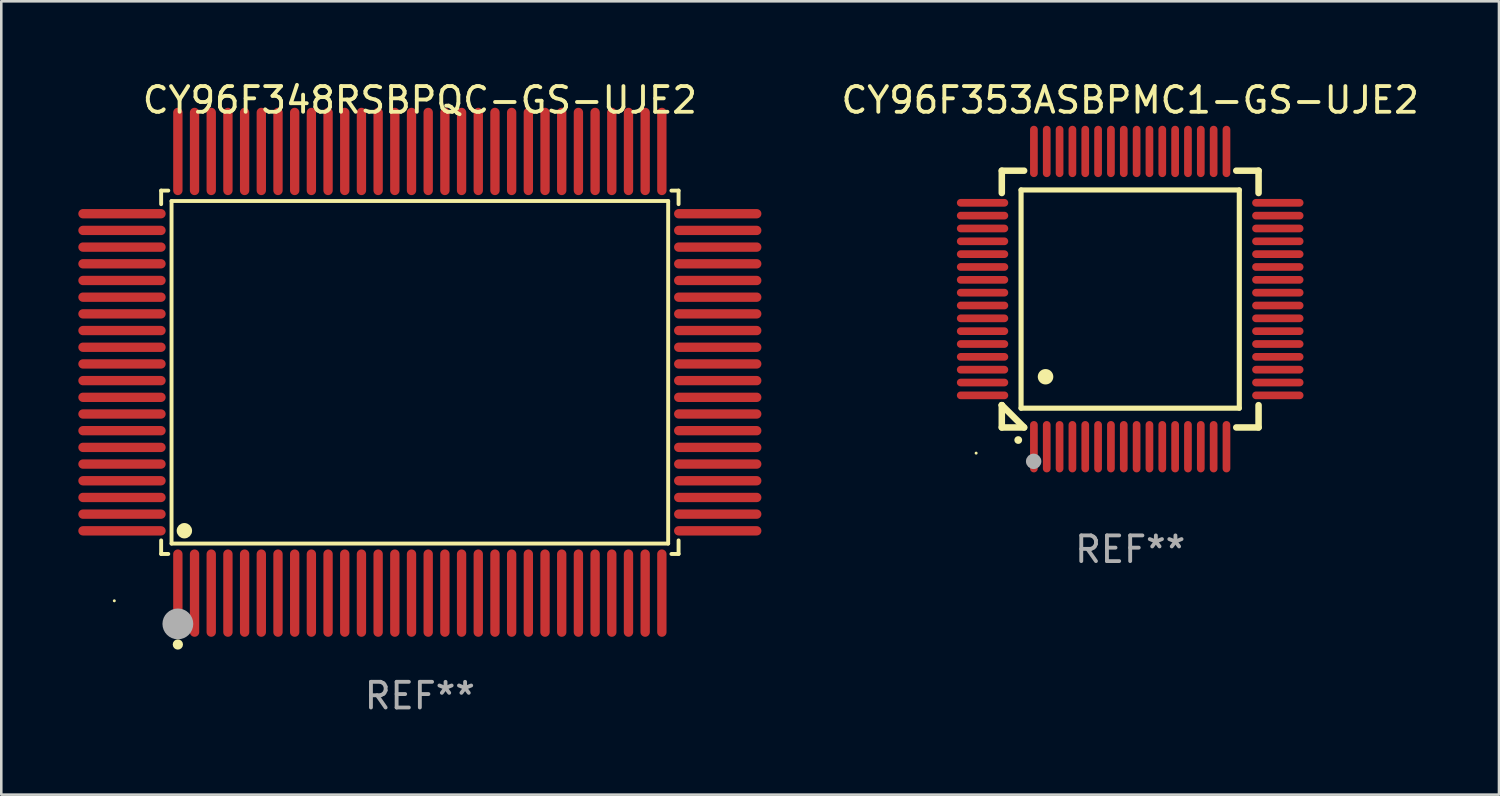
<source format=kicad_pcb>
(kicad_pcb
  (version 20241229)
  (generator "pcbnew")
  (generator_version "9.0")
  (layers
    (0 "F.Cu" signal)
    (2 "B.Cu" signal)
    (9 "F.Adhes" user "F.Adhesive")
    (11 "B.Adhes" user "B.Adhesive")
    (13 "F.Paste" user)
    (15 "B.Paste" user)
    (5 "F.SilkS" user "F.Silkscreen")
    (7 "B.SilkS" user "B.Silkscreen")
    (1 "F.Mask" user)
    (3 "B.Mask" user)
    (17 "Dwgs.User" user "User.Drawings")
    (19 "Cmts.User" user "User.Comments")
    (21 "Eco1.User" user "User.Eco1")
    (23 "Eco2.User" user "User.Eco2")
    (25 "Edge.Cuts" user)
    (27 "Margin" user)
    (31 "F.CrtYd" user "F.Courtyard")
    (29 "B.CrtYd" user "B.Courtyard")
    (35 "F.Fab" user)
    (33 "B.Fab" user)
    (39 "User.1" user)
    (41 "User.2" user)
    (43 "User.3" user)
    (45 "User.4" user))
  (footprint "CY96F353ASBPMC1-GS-UJE2"
    (layer "F.Cu")
    (at 40.967 8.598)
    (property "Reference" "CY96F353ASBPMC1-GS-UJE2" (at 0 -7.75 0) (layer "F.SilkS") (effects (font (size 1 1) (thickness 0.15))))
    (attr through_hole)
    (fp_line (start -5 -5) (end -4.131 -5) (stroke (width 0.254) (type solid)) (layer "F.SilkS"))
    (fp_line (start -5 -4.131) (end -5 -5) (stroke (width 0.254) (type solid)) (layer "F.SilkS"))
    (fp_line (start -5 4.131) (end -5 4.131) (stroke (width 0.254) (type solid)) (layer "F.SilkS"))
    (fp_line (start -5 5) (end -5 4.131) (stroke (width 0.254) (type solid)) (layer "F.SilkS"))
    (fp_line (start -5 4.131) (end -4.131 5) (stroke (width 0.254) (type solid)) (layer "F.SilkS"))
    (fp_line (start -4.25 -4.25) (end -4.25 4.25) (stroke (width 0.2) (type solid)) (layer "F.SilkS"))
    (fp_line (start -4.25 4.25) (end 4.25 4.25) (stroke (width 0.2) (type solid)) (layer "F.SilkS"))
    (fp_line (start -4.131 5) (end -5 5) (stroke (width 0.254) (type solid)) (layer "F.SilkS"))
    (fp_line (start 4.25 -4.25) (end -4.25 -4.25) (stroke (width 0.2) (type solid)) (layer "F.SilkS"))
    (fp_line (start 4.25 4.25) (end 4.25 -4.25) (stroke (width 0.2) (type solid)) (layer "F.SilkS"))
    (fp_line (start 5 -5) (end 4.131 -5) (stroke (width 0.254) (type solid)) (layer "F.SilkS"))
    (fp_line (start 5 -5) (end 5 -4.131) (stroke (width 0.254) (type solid)) (layer "F.SilkS"))
    (fp_line (start 5 4.131) (end 5 5) (stroke (width 0.254) (type solid)) (layer "F.SilkS"))
    (fp_line (start 5 5) (end 4.131 5) (stroke (width 0.254) (type solid)) (layer "F.SilkS"))
    (fp_arc (start -4.361265 5.489992) (mid -4.359995 5.489987) (end -4.358725 5.489992) (stroke (width 0.3) (type solid)) (layer "F.SilkS"))
    (fp_arc (start -3.299467 3.025146) (mid -3.296927 3.025135) (end -3.294387 3.025146) (stroke (width 0.6) (type solid)) (layer "F.SilkS"))
    (fp_circle (center -6 6) (end -5.97 6) (stroke (width 0.06) (type solid)) (fill no) (layer "F.SilkS"))
    (fp_circle (center -3.76 6.32) (end -3.61 6.32) (stroke (width 0.3) (type solid)) (fill no) (layer "F.Fab"))
    (fp_text user "REF**" (at 0 9.75 0) (layer "F.Fab") (effects (font (size 1 1) (thickness 0.15))))
    (pad "1" smd oval (at -3.75 5.75) (size 0.3 2) (layers "F.Cu" "F.Mask" "F.Paste"))
    (pad "2" smd oval (at -3.25 5.75) (size 0.3 2) (layers "F.Cu" "F.Mask" "F.Paste"))
    (pad "3" smd oval (at -2.75 5.75) (size 0.3 2) (layers "F.Cu" "F.Mask" "F.Paste"))
    (pad "4" smd oval (at -2.25 5.75) (size 0.3 2) (layers "F.Cu" "F.Mask" "F.Paste"))
    (pad "5" smd oval (at -1.75 5.75) (size 0.3 2) (layers "F.Cu" "F.Mask" "F.Paste"))
    (pad "6" smd oval (at -1.25 5.75) (size 0.3 2) (layers "F.Cu" "F.Mask" "F.Paste"))
    (pad "7" smd oval (at -0.75 5.75) (size 0.3 2) (layers "F.Cu" "F.Mask" "F.Paste"))
    (pad "8" smd oval (at -0.25 5.75) (size 0.3 2) (layers "F.Cu" "F.Mask" "F.Paste"))
    (pad "9" smd oval (at 0.25 5.75) (size 0.3 2) (layers "F.Cu" "F.Mask" "F.Paste"))
    (pad "10" smd oval (at 0.75 5.75) (size 0.3 2) (layers "F.Cu" "F.Mask" "F.Paste"))
    (pad "11" smd oval (at 1.25 5.75) (size 0.3 2) (layers "F.Cu" "F.Mask" "F.Paste"))
    (pad "12" smd oval (at 1.75 5.75) (size 0.3 2) (layers "F.Cu" "F.Mask" "F.Paste"))
    (pad "13" smd oval (at 2.25 5.75) (size 0.3 2) (layers "F.Cu" "F.Mask" "F.Paste"))
    (pad "14" smd oval (at 2.75 5.75) (size 0.3 2) (layers "F.Cu" "F.Mask" "F.Paste"))
    (pad "15" smd oval (at 3.25 5.75) (size 0.3 2) (layers "F.Cu" "F.Mask" "F.Paste"))
    (pad "16" smd oval (at 3.75 5.75) (size 0.3 2) (layers "F.Cu" "F.Mask" "F.Paste"))
    (pad "17" smd oval (at 5.75 3.75) (size 2 0.3) (layers "F.Cu" "F.Mask" "F.Paste"))
    (pad "18" smd oval (at 5.75 3.25) (size 2 0.3) (layers "F.Cu" "F.Mask" "F.Paste"))
    (pad "19" smd oval (at 5.75 2.75) (size 2 0.3) (layers "F.Cu" "F.Mask" "F.Paste"))
    (pad "20" smd oval (at 5.75 2.25) (size 2 0.3) (layers "F.Cu" "F.Mask" "F.Paste"))
    (pad "21" smd oval (at 5.75 1.75) (size 2 0.3) (layers "F.Cu" "F.Mask" "F.Paste"))
    (pad "22" smd oval (at 5.75 1.25) (size 2 0.3) (layers "F.Cu" "F.Mask" "F.Paste"))
    (pad "23" smd oval (at 5.75 0.75) (size 2 0.3) (layers "F.Cu" "F.Mask" "F.Paste"))
    (pad "24" smd oval (at 5.75 0.25) (size 2 0.3) (layers "F.Cu" "F.Mask" "F.Paste"))
    (pad "25" smd oval (at 5.75 -0.25) (size 2 0.3) (layers "F.Cu" "F.Mask" "F.Paste"))
    (pad "26" smd oval (at 5.75 -0.75) (size 2 0.3) (layers "F.Cu" "F.Mask" "F.Paste"))
    (pad "27" smd oval (at 5.75 -1.25) (size 2 0.3) (layers "F.Cu" "F.Mask" "F.Paste"))
    (pad "28" smd oval (at 5.75 -1.75) (size 2 0.3) (layers "F.Cu" "F.Mask" "F.Paste"))
    (pad "29" smd oval (at 5.75 -2.25) (size 2 0.3) (layers "F.Cu" "F.Mask" "F.Paste"))
    (pad "30" smd oval (at 5.75 -2.75) (size 2 0.3) (layers "F.Cu" "F.Mask" "F.Paste"))
    (pad "31" smd oval (at 5.75 -3.25) (size 2 0.3) (layers "F.Cu" "F.Mask" "F.Paste"))
    (pad "32" smd oval (at 5.75 -3.75) (size 2 0.3) (layers "F.Cu" "F.Mask" "F.Paste"))
    (pad "33" smd oval (at 3.75 -5.75) (size 0.3 2) (layers "F.Cu" "F.Mask" "F.Paste"))
    (pad "34" smd oval (at 3.25 -5.75) (size 0.3 2) (layers "F.Cu" "F.Mask" "F.Paste"))
    (pad "35" smd oval (at 2.75 -5.75) (size 0.3 2) (layers "F.Cu" "F.Mask" "F.Paste"))
    (pad "36" smd oval (at 2.25 -5.75) (size 0.3 2) (layers "F.Cu" "F.Mask" "F.Paste"))
    (pad "37" smd oval (at 1.75 -5.75) (size 0.3 2) (layers "F.Cu" "F.Mask" "F.Paste"))
    (pad "38" smd oval (at 1.25 -5.75) (size 0.3 2) (layers "F.Cu" "F.Mask" "F.Paste"))
    (pad "39" smd oval (at 0.75 -5.75) (size 0.3 2) (layers "F.Cu" "F.Mask" "F.Paste"))
    (pad "40" smd oval (at 0.25 -5.75) (size 0.3 2) (layers "F.Cu" "F.Mask" "F.Paste"))
    (pad "41" smd oval (at -0.25 -5.75) (size 0.3 2) (layers "F.Cu" "F.Mask" "F.Paste"))
    (pad "42" smd oval (at -0.75 -5.75) (size 0.3 2) (layers "F.Cu" "F.Mask" "F.Paste"))
    (pad "43" smd oval (at -1.25 -5.75) (size 0.3 2) (layers "F.Cu" "F.Mask" "F.Paste"))
    (pad "44" smd oval (at -1.75 -5.75) (size 0.3 2) (layers "F.Cu" "F.Mask" "F.Paste"))
    (pad "45" smd oval (at -2.25 -5.75) (size 0.3 2) (layers "F.Cu" "F.Mask" "F.Paste"))
    (pad "46" smd oval (at -2.75 -5.75) (size 0.3 2) (layers "F.Cu" "F.Mask" "F.Paste"))
    (pad "47" smd oval (at -3.25 -5.75) (size 0.3 2) (layers "F.Cu" "F.Mask" "F.Paste"))
    (pad "48" smd oval (at -3.75 -5.75) (size 0.3 2) (layers "F.Cu" "F.Mask" "F.Paste"))
    (pad "49" smd oval (at -5.75 -3.75) (size 2 0.3) (layers "F.Cu" "F.Mask" "F.Paste"))
    (pad "50" smd oval (at -5.75 -3.25) (size 2 0.3) (layers "F.Cu" "F.Mask" "F.Paste"))
    (pad "51" smd oval (at -5.75 -2.75) (size 2 0.3) (layers "F.Cu" "F.Mask" "F.Paste"))
    (pad "52" smd oval (at -5.75 -2.25) (size 2 0.3) (layers "F.Cu" "F.Mask" "F.Paste"))
    (pad "53" smd oval (at -5.75 -1.75) (size 2 0.3) (layers "F.Cu" "F.Mask" "F.Paste"))
    (pad "54" smd oval (at -5.75 -1.25) (size 2 0.3) (layers "F.Cu" "F.Mask" "F.Paste"))
    (pad "55" smd oval (at -5.75 -0.75) (size 2 0.3) (layers "F.Cu" "F.Mask" "F.Paste"))
    (pad "56" smd oval (at -5.75 -0.25) (size 2 0.3) (layers "F.Cu" "F.Mask" "F.Paste"))
    (pad "57" smd oval (at -5.75 0.25) (size 2 0.3) (layers "F.Cu" "F.Mask" "F.Paste"))
    (pad "58" smd oval (at -5.75 0.75) (size 2 0.3) (layers "F.Cu" "F.Mask" "F.Paste"))
    (pad "59" smd oval (at -5.75 1.25) (size 2 0.3) (layers "F.Cu" "F.Mask" "F.Paste"))
    (pad "60" smd oval (at -5.75 1.75) (size 2 0.3) (layers "F.Cu" "F.Mask" "F.Paste"))
    (pad "61" smd oval (at -5.75 2.25) (size 2 0.3) (layers "F.Cu" "F.Mask" "F.Paste"))
    (pad "62" smd oval (at -5.75 2.75) (size 2 0.3) (layers "F.Cu" "F.Mask" "F.Paste"))
    (pad "63" smd oval (at -5.75 3.25) (size 2 0.3) (layers "F.Cu" "F.Mask" "F.Paste"))
    (pad "64" smd oval (at -5.75 3.75) (size 2 0.3) (layers "F.Cu" "F.Mask" "F.Paste")))
  (footprint "CY96F348RSBPQC-GS-UJE2"
    (layer "F.Cu")
    (at 13.302 11.449)
    (property "Reference" "CY96F348RSBPQC-GS-UJE2" (at 0 -10.601 0) (layer "F.SilkS") (effects (font (size 1 1) (thickness 0.15))))
    (attr through_hole)
    (fp_line (start -10.076 -7.076) (end -9.798 -7.076) (stroke (width 0.152) (type solid)) (layer "F.SilkS"))
    (fp_line (start -10.076 -6.548) (end -10.076 -7.076) (stroke (width 0.152) (type solid)) (layer "F.SilkS"))
    (fp_line (start -10.076 6.548) (end -10.076 7.076) (stroke (width 0.152) (type solid)) (layer "F.SilkS"))
    (fp_line (start -10.076 7.076) (end -9.798 7.076) (stroke (width 0.152) (type solid)) (layer "F.SilkS"))
    (fp_line (start -9.671 -6.671) (end 9.671 -6.671) (stroke (width 0.152) (type solid)) (layer "F.SilkS"))
    (fp_line (start -9.671 6.671) (end -9.671 -6.671) (stroke (width 0.152) (type solid)) (layer "F.SilkS"))
    (fp_line (start 9.671 -6.671) (end 9.671 6.671) (stroke (width 0.152) (type solid)) (layer "F.SilkS"))
    (fp_line (start 9.671 6.671) (end -9.671 6.671) (stroke (width 0.152) (type solid)) (layer "F.SilkS"))
    (fp_line (start 10.076 -7.076) (end 9.798 -7.076) (stroke (width 0.152) (type solid)) (layer "F.SilkS"))
    (fp_line (start 10.076 -6.548) (end 10.076 -7.076) (stroke (width 0.152) (type solid)) (layer "F.SilkS"))
    (fp_line (start 10.076 6.548) (end 10.076 7.076) (stroke (width 0.152) (type solid)) (layer "F.SilkS"))
    (fp_line (start 10.076 7.076) (end 9.798 7.076) (stroke (width 0.152) (type solid)) (layer "F.SilkS"))
    (fp_circle (center -11.9 8.9) (end -11.87 8.9) (stroke (width 0.06) (type solid)) (fill no) (layer "F.SilkS"))
    (fp_circle (center -9.425 10.602) (end -9.325 10.602) (stroke (width 0.2) (type solid)) (fill no) (layer "F.SilkS"))
    (fp_circle (center -9.171 6.171) (end -9.021 6.171) (stroke (width 0.3) (type solid)) (fill no) (layer "F.SilkS"))
    (fp_circle (center -9.425 9.8) (end -9.125 9.8) (stroke (width 0.6) (type solid)) (fill no) (layer "F.Fab"))
    (fp_text user "REF**" (at 0 12.601 0) (layer "F.Fab") (effects (font (size 1 1) (thickness 0.15))))
    (pad "1" smd oval (at -9.425 8.601) (size 0.364 3.402) (layers "F.Cu" "F.Mask" "F.Paste"))
    (pad "2" smd oval (at -8.775 8.601) (size 0.364 3.402) (layers "F.Cu" "F.Mask" "F.Paste"))
    (pad "3" smd oval (at -8.125 8.601) (size 0.364 3.402) (layers "F.Cu" "F.Mask" "F.Paste"))
    (pad "4" smd oval (at -7.475 8.601) (size 0.364 3.402) (layers "F.Cu" "F.Mask" "F.Paste"))
    (pad "5" smd oval (at -6.825 8.601) (size 0.364 3.402) (layers "F.Cu" "F.Mask" "F.Paste"))
    (pad "6" smd oval (at -6.175 8.601) (size 0.364 3.402) (layers "F.Cu" "F.Mask" "F.Paste"))
    (pad "7" smd oval (at -5.525 8.601) (size 0.364 3.402) (layers "F.Cu" "F.Mask" "F.Paste"))
    (pad "8" smd oval (at -4.875 8.601) (size 0.364 3.402) (layers "F.Cu" "F.Mask" "F.Paste"))
    (pad "9" smd oval (at -4.225 8.601) (size 0.364 3.402) (layers "F.Cu" "F.Mask" "F.Paste"))
    (pad "10" smd oval (at -3.575 8.601) (size 0.364 3.402) (layers "F.Cu" "F.Mask" "F.Paste"))
    (pad "11" smd oval (at -2.925 8.601) (size 0.364 3.402) (layers "F.Cu" "F.Mask" "F.Paste"))
    (pad "12" smd oval (at -2.275 8.601) (size 0.364 3.402) (layers "F.Cu" "F.Mask" "F.Paste"))
    (pad "13" smd oval (at -1.625 8.601) (size 0.364 3.402) (layers "F.Cu" "F.Mask" "F.Paste"))
    (pad "14" smd oval (at -0.975 8.601) (size 0.364 3.402) (layers "F.Cu" "F.Mask" "F.Paste"))
    (pad "15" smd oval (at -0.325 8.601) (size 0.364 3.402) (layers "F.Cu" "F.Mask" "F.Paste"))
    (pad "16" smd oval (at 0.325 8.601) (size 0.364 3.402) (layers "F.Cu" "F.Mask" "F.Paste"))
    (pad "17" smd oval (at 0.975 8.601) (size 0.364 3.402) (layers "F.Cu" "F.Mask" "F.Paste"))
    (pad "18" smd oval (at 1.625 8.601) (size 0.364 3.402) (layers "F.Cu" "F.Mask" "F.Paste"))
    (pad "19" smd oval (at 2.275 8.601) (size 0.364 3.402) (layers "F.Cu" "F.Mask" "F.Paste"))
    (pad "20" smd oval (at 2.925 8.601) (size 0.364 3.402) (layers "F.Cu" "F.Mask" "F.Paste"))
    (pad "21" smd oval (at 3.575 8.601) (size 0.364 3.402) (layers "F.Cu" "F.Mask" "F.Paste"))
    (pad "22" smd oval (at 4.225 8.601) (size 0.364 3.402) (layers "F.Cu" "F.Mask" "F.Paste"))
    (pad "23" smd oval (at 4.875 8.601) (size 0.364 3.402) (layers "F.Cu" "F.Mask" "F.Paste"))
    (pad "24" smd oval (at 5.525 8.601) (size 0.364 3.402) (layers "F.Cu" "F.Mask" "F.Paste"))
    (pad "25" smd oval (at 6.175 8.601) (size 0.364 3.402) (layers "F.Cu" "F.Mask" "F.Paste"))
    (pad "26" smd oval (at 6.825 8.601) (size 0.364 3.402) (layers "F.Cu" "F.Mask" "F.Paste"))
    (pad "27" smd oval (at 7.475 8.601) (size 0.364 3.402) (layers "F.Cu" "F.Mask" "F.Paste"))
    (pad "28" smd oval (at 8.125 8.601) (size 0.364 3.402) (layers "F.Cu" "F.Mask" "F.Paste"))
    (pad "29" smd oval (at 8.775 8.601) (size 0.364 3.402) (layers "F.Cu" "F.Mask" "F.Paste"))
    (pad "30" smd oval (at 9.425 8.601) (size 0.364 3.402) (layers "F.Cu" "F.Mask" "F.Paste"))
    (pad "31" smd oval (at 11.601 6.175) (size 3.402 0.364) (layers "F.Cu" "F.Mask" "F.Paste"))
    (pad "32" smd oval (at 11.601 5.525) (size 3.402 0.364) (layers "F.Cu" "F.Mask" "F.Paste"))
    (pad "33" smd oval (at 11.601 4.875) (size 3.402 0.364) (layers "F.Cu" "F.Mask" "F.Paste"))
    (pad "34" smd oval (at 11.601 4.225) (size 3.402 0.364) (layers "F.Cu" "F.Mask" "F.Paste"))
    (pad "35" smd oval (at 11.601 3.575) (size 3.402 0.364) (layers "F.Cu" "F.Mask" "F.Paste"))
    (pad "36" smd oval (at 11.601 2.925) (size 3.402 0.364) (layers "F.Cu" "F.Mask" "F.Paste"))
    (pad "37" smd oval (at 11.601 2.275) (size 3.402 0.364) (layers "F.Cu" "F.Mask" "F.Paste"))
    (pad "38" smd oval (at 11.601 1.625) (size 3.402 0.364) (layers "F.Cu" "F.Mask" "F.Paste"))
    (pad "39" smd oval (at 11.601 0.975) (size 3.402 0.364) (layers "F.Cu" "F.Mask" "F.Paste"))
    (pad "40" smd oval (at 11.601 0.325) (size 3.402 0.364) (layers "F.Cu" "F.Mask" "F.Paste"))
    (pad "41" smd oval (at 11.601 -0.325) (size 3.402 0.364) (layers "F.Cu" "F.Mask" "F.Paste"))
    (pad "42" smd oval (at 11.601 -0.975) (size 3.402 0.364) (layers "F.Cu" "F.Mask" "F.Paste"))
    (pad "43" smd oval (at 11.601 -1.625) (size 3.402 0.364) (layers "F.Cu" "F.Mask" "F.Paste"))
    (pad "44" smd oval (at 11.601 -2.275) (size 3.402 0.364) (layers "F.Cu" "F.Mask" "F.Paste"))
    (pad "45" smd oval (at 11.601 -2.925) (size 3.402 0.364) (layers "F.Cu" "F.Mask" "F.Paste"))
    (pad "46" smd oval (at 11.601 -3.575) (size 3.402 0.364) (layers "F.Cu" "F.Mask" "F.Paste"))
    (pad "47" smd oval (at 11.601 -4.225) (size 3.402 0.364) (layers "F.Cu" "F.Mask" "F.Paste"))
    (pad "48" smd oval (at 11.601 -4.875) (size 3.402 0.364) (layers "F.Cu" "F.Mask" "F.Paste"))
    (pad "49" smd oval (at 11.601 -5.525) (size 3.402 0.364) (layers "F.Cu" "F.Mask" "F.Paste"))
    (pad "50" smd oval (at 11.601 -6.175) (size 3.402 0.364) (layers "F.Cu" "F.Mask" "F.Paste"))
    (pad "51" smd oval (at 9.425 -8.601) (size 0.364 3.402) (layers "F.Cu" "F.Mask" "F.Paste"))
    (pad "52" smd oval (at 8.775 -8.601) (size 0.364 3.402) (layers "F.Cu" "F.Mask" "F.Paste"))
    (pad "53" smd oval (at 8.125 -8.601) (size 0.364 3.402) (layers "F.Cu" "F.Mask" "F.Paste"))
    (pad "54" smd oval (at 7.475 -8.601) (size 0.364 3.402) (layers "F.Cu" "F.Mask" "F.Paste"))
    (pad "55" smd oval (at 6.825 -8.601) (size 0.364 3.402) (layers "F.Cu" "F.Mask" "F.Paste"))
    (pad "56" smd oval (at 6.175 -8.601) (size 0.364 3.402) (layers "F.Cu" "F.Mask" "F.Paste"))
    (pad "57" smd oval (at 5.525 -8.601) (size 0.364 3.402) (layers "F.Cu" "F.Mask" "F.Paste"))
    (pad "58" smd oval (at 4.875 -8.601) (size 0.364 3.402) (layers "F.Cu" "F.Mask" "F.Paste"))
    (pad "59" smd oval (at 4.225 -8.601) (size 0.364 3.402) (layers "F.Cu" "F.Mask" "F.Paste"))
    (pad "60" smd oval (at 3.575 -8.601) (size 0.364 3.402) (layers "F.Cu" "F.Mask" "F.Paste"))
    (pad "61" smd oval (at 2.925 -8.601) (size 0.364 3.402) (layers "F.Cu" "F.Mask" "F.Paste"))
    (pad "62" smd oval (at 2.275 -8.601) (size 0.364 3.402) (layers "F.Cu" "F.Mask" "F.Paste"))
    (pad "63" smd oval (at 1.625 -8.601) (size 0.364 3.402) (layers "F.Cu" "F.Mask" "F.Paste"))
    (pad "64" smd oval (at 0.975 -8.601) (size 0.364 3.402) (layers "F.Cu" "F.Mask" "F.Paste"))
    (pad "65" smd oval (at 0.325 -8.601) (size 0.364 3.402) (layers "F.Cu" "F.Mask" "F.Paste"))
    (pad "66" smd oval (at -0.325 -8.601) (size 0.364 3.402) (layers "F.Cu" "F.Mask" "F.Paste"))
    (pad "67" smd oval (at -0.975 -8.601) (size 0.364 3.402) (layers "F.Cu" "F.Mask" "F.Paste"))
    (pad "68" smd oval (at -1.625 -8.601) (size 0.364 3.402) (layers "F.Cu" "F.Mask" "F.Paste"))
    (pad "69" smd oval (at -2.275 -8.601) (size 0.364 3.402) (layers "F.Cu" "F.Mask" "F.Paste"))
    (pad "70" smd oval (at -2.925 -8.601) (size 0.364 3.402) (layers "F.Cu" "F.Mask" "F.Paste"))
    (pad "71" smd oval (at -3.575 -8.601) (size 0.364 3.402) (layers "F.Cu" "F.Mask" "F.Paste"))
    (pad "72" smd oval (at -4.225 -8.601) (size 0.364 3.402) (layers "F.Cu" "F.Mask" "F.Paste"))
    (pad "73" smd oval (at -4.875 -8.601) (size 0.364 3.402) (layers "F.Cu" "F.Mask" "F.Paste"))
    (pad "74" smd oval (at -5.525 -8.601) (size 0.364 3.402) (layers "F.Cu" "F.Mask" "F.Paste"))
    (pad "75" smd oval (at -6.175 -8.601) (size 0.364 3.402) (layers "F.Cu" "F.Mask" "F.Paste"))
    (pad "76" smd oval (at -6.825 -8.601) (size 0.364 3.402) (layers "F.Cu" "F.Mask" "F.Paste"))
    (pad "77" smd oval (at -7.475 -8.601) (size 0.364 3.402) (layers "F.Cu" "F.Mask" "F.Paste"))
    (pad "78" smd oval (at -8.125 -8.601) (size 0.364 3.402) (layers "F.Cu" "F.Mask" "F.Paste"))
    (pad "79" smd oval (at -8.775 -8.601) (size 0.364 3.402) (layers "F.Cu" "F.Mask" "F.Paste"))
    (pad "80" smd oval (at -9.425 -8.601) (size 0.364 3.402) (layers "F.Cu" "F.Mask" "F.Paste"))
    (pad "81" smd oval (at -11.601 -6.175) (size 3.402 0.364) (layers "F.Cu" "F.Mask" "F.Paste"))
    (pad "82" smd oval (at -11.601 -5.525) (size 3.402 0.364) (layers "F.Cu" "F.Mask" "F.Paste"))
    (pad "83" smd oval (at -11.601 -4.875) (size 3.402 0.364) (layers "F.Cu" "F.Mask" "F.Paste"))
    (pad "84" smd oval (at -11.601 -4.225) (size 3.402 0.364) (layers "F.Cu" "F.Mask" "F.Paste"))
    (pad "85" smd oval (at -11.601 -3.575) (size 3.402 0.364) (layers "F.Cu" "F.Mask" "F.Paste"))
    (pad "86" smd oval (at -11.601 -2.925) (size 3.402 0.364) (layers "F.Cu" "F.Mask" "F.Paste"))
    (pad "87" smd oval (at -11.601 -2.275) (size 3.402 0.364) (layers "F.Cu" "F.Mask" "F.Paste"))
    (pad "88" smd oval (at -11.601 -1.625) (size 3.402 0.364) (layers "F.Cu" "F.Mask" "F.Paste"))
    (pad "89" smd oval (at -11.601 -0.975) (size 3.402 0.364) (layers "F.Cu" "F.Mask" "F.Paste"))
    (pad "90" smd oval (at -11.601 -0.325) (size 3.402 0.364) (layers "F.Cu" "F.Mask" "F.Paste"))
    (pad "91" smd oval (at -11.601 0.325) (size 3.402 0.364) (layers "F.Cu" "F.Mask" "F.Paste"))
    (pad "92" smd oval (at -11.601 0.975) (size 3.402 0.364) (layers "F.Cu" "F.Mask" "F.Paste"))
    (pad "93" smd oval (at -11.601 1.625) (size 3.402 0.364) (layers "F.Cu" "F.Mask" "F.Paste"))
    (pad "94" smd oval (at -11.601 2.275) (size 3.402 0.364) (layers "F.Cu" "F.Mask" "F.Paste"))
    (pad "95" smd oval (at -11.601 2.925) (size 3.402 0.364) (layers "F.Cu" "F.Mask" "F.Paste"))
    (pad "96" smd oval (at -11.601 3.575) (size 3.402 0.364) (layers "F.Cu" "F.Mask" "F.Paste"))
    (pad "97" smd oval (at -11.601 4.225) (size 3.402 0.364) (layers "F.Cu" "F.Mask" "F.Paste"))
    (pad "98" smd oval (at -11.601 4.875) (size 3.402 0.364) (layers "F.Cu" "F.Mask" "F.Paste"))
    (pad "99" smd oval (at -11.601 5.525) (size 3.402 0.364) (layers "F.Cu" "F.Mask" "F.Paste"))
    (pad "100" smd oval (at -11.601 6.175) (size 3.402 0.364) (layers "F.Cu" "F.Mask" "F.Paste")))
  (gr_rect
    (start -3 -3)
    (end 55.33 27.898)
    (stroke (width 0.1) (type default))
    (fill no)
    (layer "Edge.Cuts")))
</source>
